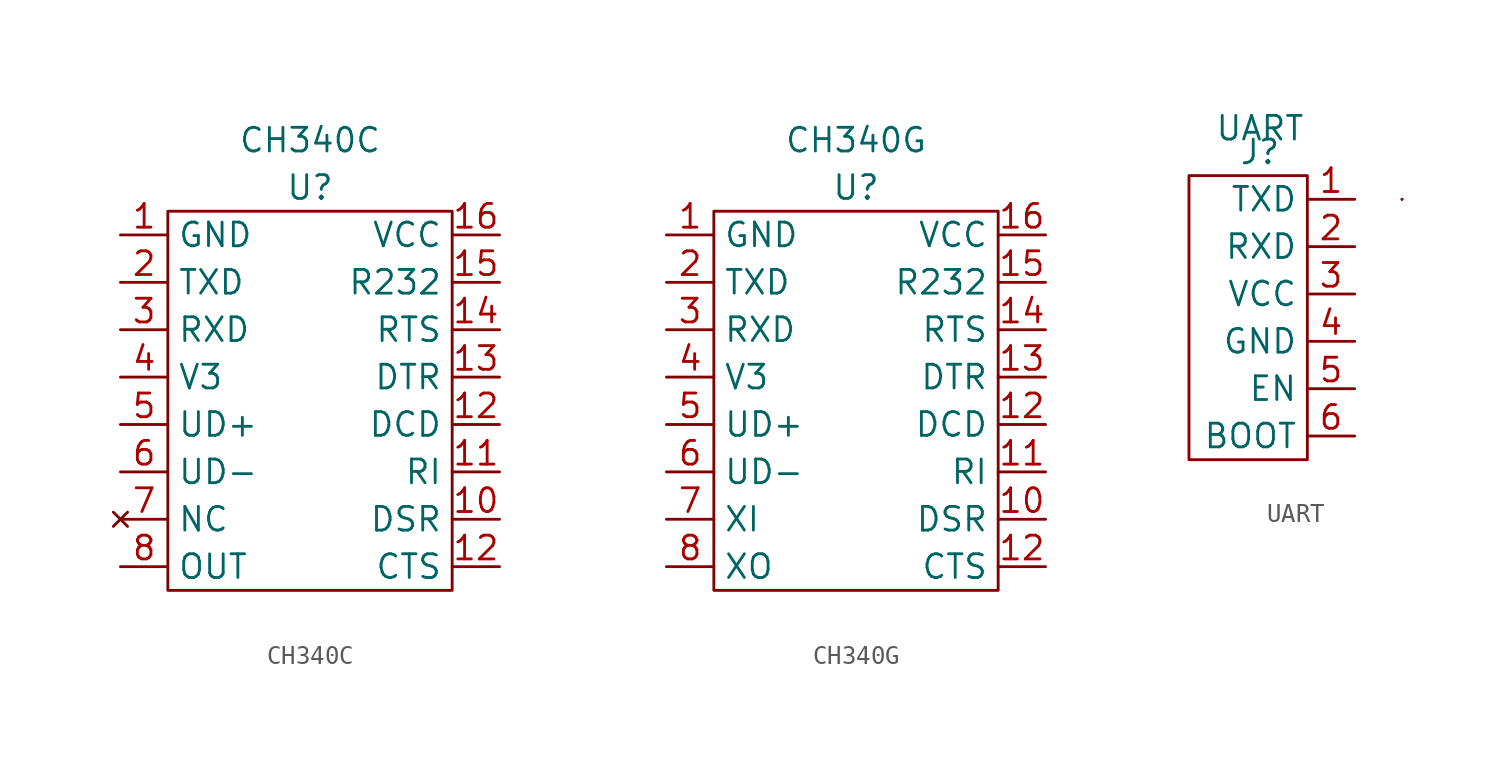
<source format=kicad_sym>
(kicad_symbol_lib
  (version 20211014)
  (generator kicad_symbol_editor)
  (symbol "CH340C"
    (property "Reference" "U"
      (at 0 7.62 0)
      (effects (font (size 1.27 1.27))))
    (property "Value" "CH340C"
      (at 0 10.16 0)
      (effects (font (size 1.27 1.27))))
    (symbol "CH340C_0_1"
      (rectangle (start -7.62 6.35) (end 7.62 -13.97) (stroke (width 0.152) (type default) (color 0 0 0 0)) (fill (type none))))
    (symbol "CH340C_1_1"
      (pin power_in line (at -10.16 5.08 0) (length 2.54) (name "GND" (effects (font (size 1.27 1.27)))) (number "1" (effects (font (size 1.27 1.27)))))
      (pin output line (at 10.16 -10.16 180) (length 2.54) (name "DSR" (effects (font (size 1.27 1.27)))) (number "10" (effects (font (size 1.27 1.27)))))
      (pin output line (at 10.16 -7.62 180) (length 2.54) (name "RI" (effects (font (size 1.27 1.27)))) (number "11" (effects (font (size 1.27 1.27)))))
      (pin output line (at 10.16 -12.7 180) (length 2.54) (name "CTS" (effects (font (size 1.27 1.27)))) (number "12" (effects (font (size 1.27 1.27)))))
      (pin output line (at 10.16 -5.08 180) (length 2.54) (name "DCD" (effects (font (size 1.27 1.27)))) (number "12" (effects (font (size 1.27 1.27)))))
      (pin output line (at 10.16 -2.54 180) (length 2.54) (name "DTR" (effects (font (size 1.27 1.27)))) (number "13" (effects (font (size 1.27 1.27)))))
      (pin output line (at 10.16 0 180) (length 2.54) (name "RTS" (effects (font (size 1.27 1.27)))) (number "14" (effects (font (size 1.27 1.27)))))
      (pin input line (at 10.16 2.54 180) (length 2.54) (name "R232" (effects (font (size 1.27 1.27)))) (number "15" (effects (font (size 1.27 1.27)))))
      (pin power_in line (at 10.16 5.08 180) (length 2.54) (name "VCC" (effects (font (size 1.27 1.27)))) (number "16" (effects (font (size 1.27 1.27)))))
      (pin output line (at -10.16 2.54 0) (length 2.54) (name "TXD" (effects (font (size 1.27 1.27)))) (number "2" (effects (font (size 1.27 1.27)))))
      (pin input line (at -10.16 0 0) (length 2.54) (name "RXD" (effects (font (size 1.27 1.27)))) (number "3" (effects (font (size 1.27 1.27)))))
      (pin power_out line (at -10.16 -2.54 0) (length 2.54) (name "V3" (effects (font (size 1.27 1.27)))) (number "4" (effects (font (size 1.27 1.27)))))
      (pin bidirectional line (at -10.16 -5.08 0) (length 2.54) (name "UD+" (effects (font (size 1.27 1.27)))) (number "5" (effects (font (size 1.27 1.27)))))
      (pin bidirectional line (at -10.16 -7.62 0) (length 2.54) (name "UD-" (effects (font (size 1.27 1.27)))) (number "6" (effects (font (size 1.27 1.27)))))
      (pin no_connect line (at -10.16 -10.16 0) (length 2.54) (name "NC" (effects (font (size 1.27 1.27)))) (number "7" (effects (font (size 1.27 1.27)))))
      (pin output line (at -10.16 -12.7 0) (length 2.54) (name "OUT" (effects (font (size 1.27 1.27)))) (number "8" (effects (font (size 1.27 1.27)))))))
  (symbol "CH340G"
    (property "Reference" "U"
      (at 0 7.62 0)
      (effects (font (size 1.27 1.27))))
    (property "Value" "CH340G"
      (at 0 10.16 0)
      (effects (font (size 1.27 1.27))))
    (symbol "CH340G_0_1"
      (rectangle (start -7.62 6.35) (end 7.62 -13.97) (stroke (width 0.152) (type default) (color 0 0 0 0)) (fill (type none))))
    (symbol "CH340G_1_1"
      (pin power_in line (at -10.16 5.08 0) (length 2.54) (name "GND" (effects (font (size 1.27 1.27)))) (number "1" (effects (font (size 1.27 1.27)))))
      (pin output line (at 10.16 -10.16 180) (length 2.54) (name "DSR" (effects (font (size 1.27 1.27)))) (number "10" (effects (font (size 1.27 1.27)))))
      (pin output line (at 10.16 -7.62 180) (length 2.54) (name "RI" (effects (font (size 1.27 1.27)))) (number "11" (effects (font (size 1.27 1.27)))))
      (pin output line (at 10.16 -12.7 180) (length 2.54) (name "CTS" (effects (font (size 1.27 1.27)))) (number "12" (effects (font (size 1.27 1.27)))))
      (pin output line (at 10.16 -5.08 180) (length 2.54) (name "DCD" (effects (font (size 1.27 1.27)))) (number "12" (effects (font (size 1.27 1.27)))))
      (pin output line (at 10.16 -2.54 180) (length 2.54) (name "DTR" (effects (font (size 1.27 1.27)))) (number "13" (effects (font (size 1.27 1.27)))))
      (pin output line (at 10.16 0 180) (length 2.54) (name "RTS" (effects (font (size 1.27 1.27)))) (number "14" (effects (font (size 1.27 1.27)))))
      (pin input line (at 10.16 2.54 180) (length 2.54) (name "R232" (effects (font (size 1.27 1.27)))) (number "15" (effects (font (size 1.27 1.27)))))
      (pin power_in line (at 10.16 5.08 180) (length 2.54) (name "VCC" (effects (font (size 1.27 1.27)))) (number "16" (effects (font (size 1.27 1.27)))))
      (pin output line (at -10.16 2.54 0) (length 2.54) (name "TXD" (effects (font (size 1.27 1.27)))) (number "2" (effects (font (size 1.27 1.27)))))
      (pin input line (at -10.16 0 0) (length 2.54) (name "RXD" (effects (font (size 1.27 1.27)))) (number "3" (effects (font (size 1.27 1.27)))))
      (pin power_out line (at -10.16 -2.54 0) (length 2.54) (name "V3" (effects (font (size 1.27 1.27)))) (number "4" (effects (font (size 1.27 1.27)))))
      (pin bidirectional line (at -10.16 -5.08 0) (length 2.54) (name "UD+" (effects (font (size 1.27 1.27)))) (number "5" (effects (font (size 1.27 1.27)))))
      (pin bidirectional line (at -10.16 -7.62 0) (length 2.54) (name "UD-" (effects (font (size 1.27 1.27)))) (number "6" (effects (font (size 1.27 1.27)))))
      (pin input line (at -10.16 -10.16 0) (length 2.54) (name "XI" (effects (font (size 1.27 1.27)))) (number "7" (effects (font (size 1.27 1.27)))))
      (pin output line (at -10.16 -12.7 0) (length 2.54) (name "XO" (effects (font (size 1.27 1.27)))) (number "8" (effects (font (size 1.27 1.27)))))))
  (symbol "UART"
    (property "Reference" "J"
      (at 0 1.27 0)
      (effects (font (size 1.27 1.27))))
    (property "Value" "UART"
      (at 0 2.54 0)
      (effects (font (size 1.27 1.27))))
    (symbol "UART_0_1"
      (rectangle (start 2.54 0) (end -3.81 -15.24) (stroke (width 0.152) (type default) (color 0 0 0 0)) (fill (type none)))
      (rectangle (start 7.62 -1.27) (end 7.62 -1.27) (stroke (width 0.152) (type default) (color 0 0 0 0)) (fill (type none)))
      (rectangle (start 7.62 -1.27) (end 7.62 -1.27) (stroke (width 0.152) (type default) (color 0 0 0 0)) (fill (type none))))
    (symbol "UART_1_1"
      (pin output line (at 5.08 -1.27 180) (length 2.54) (name "TXD" (effects (font (size 1.27 1.27)))) (number "1" (effects (font (size 1.27 1.27)))))
      (pin input line (at 5.08 -3.81 180) (length 2.54) (name "RXD" (effects (font (size 1.27 1.27)))) (number "2" (effects (font (size 1.27 1.27)))))
      (pin power_in line (at 5.08 -6.35 180) (length 2.54) (name "VCC" (effects (font (size 1.27 1.27)))) (number "3" (effects (font (size 1.27 1.27)))))
      (pin power_in line (at 5.08 -8.89 180) (length 2.54) (name "GND" (effects (font (size 1.27 1.27)))) (number "4" (effects (font (size 1.27 1.27)))))
      (pin input line (at 5.08 -11.43 180) (length 2.54) (name "EN" (effects (font (size 1.27 1.27)))) (number "5" (effects (font (size 1.27 1.27)))))
      (pin input line (at 5.08 -13.97 180) (length 2.54) (name "BOOT" (effects (font (size 1.27 1.27)))) (number "6" (effects (font (size 1.27 1.27))))))))
</source>
